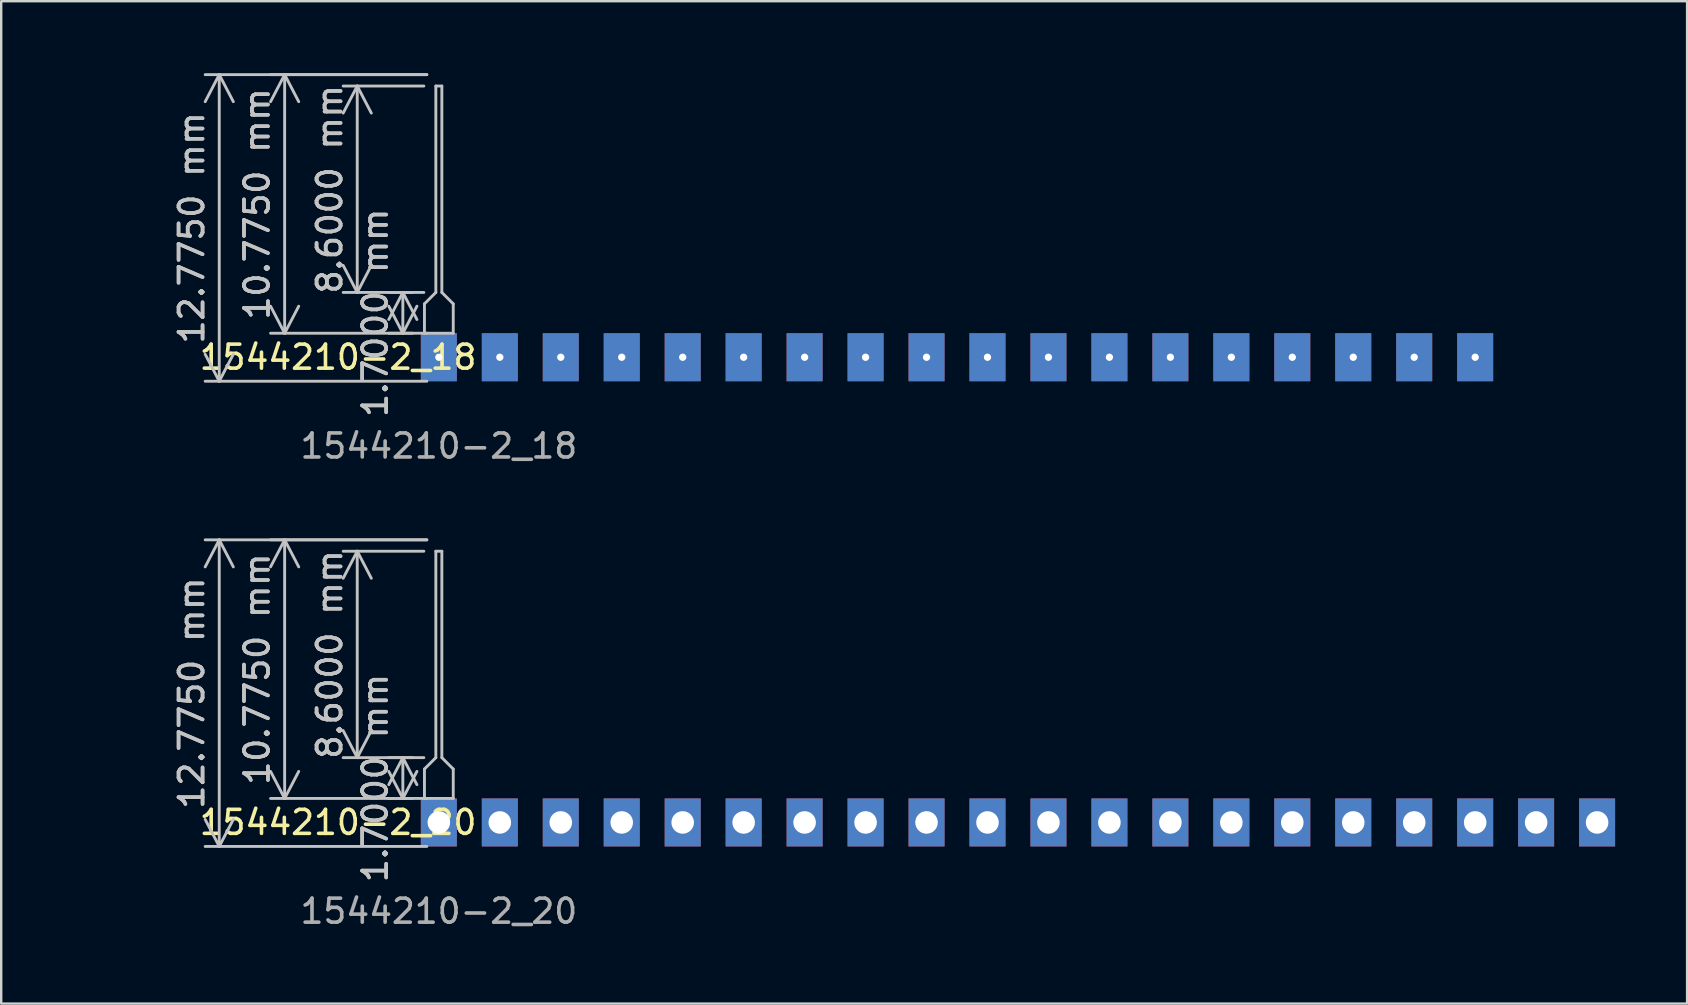
<source format=kicad_pcb>
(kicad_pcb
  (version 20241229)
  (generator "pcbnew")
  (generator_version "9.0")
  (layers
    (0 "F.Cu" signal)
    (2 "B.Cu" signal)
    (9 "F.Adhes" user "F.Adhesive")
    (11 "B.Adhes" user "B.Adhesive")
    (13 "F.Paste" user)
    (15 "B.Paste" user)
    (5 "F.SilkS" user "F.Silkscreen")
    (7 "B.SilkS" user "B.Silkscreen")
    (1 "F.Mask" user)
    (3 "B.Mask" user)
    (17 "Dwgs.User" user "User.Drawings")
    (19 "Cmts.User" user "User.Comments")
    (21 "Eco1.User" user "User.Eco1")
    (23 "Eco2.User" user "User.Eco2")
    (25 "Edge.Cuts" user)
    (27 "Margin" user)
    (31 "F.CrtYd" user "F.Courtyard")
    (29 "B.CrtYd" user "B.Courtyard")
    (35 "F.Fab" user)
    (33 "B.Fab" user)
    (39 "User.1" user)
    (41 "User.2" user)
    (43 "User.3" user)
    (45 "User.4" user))
  (footprint "1544210-2_18"
    (layer "F.Cu")
    (at 15.235 11.835)
    (property "Reference" "1544210-2_18" (at -4.2 0 0) (unlocked yes) (layer "F.SilkS") (effects (font (size 1 1) (thickness 0.15))))
    (attr through_hole)
    (fp_line (start -0.6 -1) (end -0.6 -2.225) (stroke (width 0.12) (type default)) (layer "Dwgs.User"))
    (fp_line (start -0.6 -1) (end 0.6 -1) (stroke (width 0.12) (type default)) (layer "Dwgs.User"))
    (fp_line (start -0.125 -11.3) (end 0.125 -11.3) (stroke (width 0.12) (type default)) (layer "Dwgs.User"))
    (fp_line (start -0.125 -2.7) (end -0.6 -2.225) (stroke (width 0.12) (type default)) (layer "Dwgs.User"))
    (fp_line (start -0.125 -2.7) (end -0.125 -11.3) (stroke (width 0.12) (type default)) (layer "Dwgs.User"))
    (fp_line (start 0.125 -2.7) (end 0.125 -11.3) (stroke (width 0.12) (type default)) (layer "Dwgs.User"))
    (fp_line (start 0.6 -2.225) (end 0.125 -2.7) (stroke (width 0.12) (type default)) (layer "Dwgs.User"))
    (fp_line (start 0.6 -1) (end 0.6 -2.225) (stroke (width 0.12) (type default)) (layer "Dwgs.User"))
    (fp_text user "${REFERENCE}" (at 0 3.7 0) (unlocked yes) (layer "F.Fab") (effects (font (size 1 1) (thickness 0.15))))
    (dimension (type aligned) (layer "Dwgs.User") (pts (xy 15.235 10.835) (xy 15.235 0.06)) (height -6.425) (format (prefix "") (suffix "") (units 3) (units_format 1) (precision 4)) (style (thickness 0.12) (arrow_length 1.27) (text_position_mode 0) (arrow_direction outward) (extension_height 0.586) (extension_offset 0.5) (keep_text_aligned yes)) (gr_text "10.7750 mm" (at 7.66 5.447 90) (layer "Dwgs.User") (effects (font (size 1 1) (thickness 0.15)))))
    (dimension (type aligned) (layer "Dwgs.User") (pts (xy 14.635 10.835) (xy 14.635 9.135)) (height -0.9) (format (prefix "") (suffix "") (units 3) (units_format 1) (precision 4)) (style (thickness 0.12) (arrow_length 1.27) (text_position_mode 0) (arrow_direction outward) (extension_height 0.586) (extension_offset 0.5) (keep_text_aligned yes)) (gr_text "1.7000 mm" (at 12.585 9.985 90) (layer "Dwgs.User") (effects (font (size 1 1) (thickness 0.15)))))
    (dimension (type aligned) (layer "Dwgs.User") (pts (xy 15.235 0.06) (xy 15.235 12.835)) (height 9.15) (format (prefix "") (suffix "") (units 3) (units_format 1) (precision 4)) (style (thickness 0.12) (arrow_length 1.27) (text_position_mode 0) (arrow_direction outward) (extension_height 0.586) (extension_offset 0.5) (keep_text_aligned yes)) (gr_text "12.7750 mm" (at 4.935 6.447 90) (layer "Dwgs.User") (effects (font (size 1 1) (thickness 0.15)))))
    (dimension (type aligned) (layer "Dwgs.User") (pts (xy 15.11 0.535) (xy 15.11 9.135)) (height 3.275) (format (prefix "") (suffix "") (units 3) (units_format 1) (precision 4)) (style (thickness 0.12) (arrow_length 1.27) (text_position_mode 0) (arrow_direction outward) (extension_height 0.586) (extension_offset 0.5) (keep_text_aligned yes)) (gr_text "8.6000 mm" (at 10.685 4.835 90) (layer "Dwgs.User") (effects (font (size 1 1) (thickness 0.15)))))
    (pad "1" thru_hole rect (at 0 0) (size 1.5 2) (drill 0.305) (layers "*.Cu" "*.Mask"))
    (pad "2" thru_hole rect (at 2.54 0) (size 1.5 2) (drill 0.305) (layers "*.Cu" "*.Mask"))
    (pad "3" thru_hole rect (at 5.08 0) (size 1.5 2) (drill 0.305) (layers "*.Cu" "*.Mask"))
    (pad "4" thru_hole rect (at 7.62 0) (size 1.5 2) (drill 0.305) (layers "*.Cu" "*.Mask"))
    (pad "5" thru_hole rect (at 10.16 0) (size 1.5 2) (drill 0.305) (layers "*.Cu" "*.Mask"))
    (pad "6" thru_hole rect (at 12.7 0) (size 1.5 2) (drill 0.305) (layers "*.Cu" "*.Mask"))
    (pad "7" thru_hole rect (at 15.24 0) (size 1.5 2) (drill 0.305) (layers "*.Cu" "*.Mask"))
    (pad "8" thru_hole rect (at 17.78 0) (size 1.5 2) (drill 0.305) (layers "*.Cu" "*.Mask"))
    (pad "9" thru_hole rect (at 20.32 0) (size 1.5 2) (drill 0.305) (layers "*.Cu" "*.Mask"))
    (pad "10" thru_hole rect (at 22.86 0) (size 1.5 2) (drill 0.305) (layers "*.Cu" "*.Mask"))
    (pad "11" thru_hole rect (at 25.4 0) (size 1.5 2) (drill 0.305) (layers "*.Cu" "*.Mask"))
    (pad "12" thru_hole rect (at 27.94 0) (size 1.5 2) (drill 0.305) (layers "*.Cu" "*.Mask"))
    (pad "13" thru_hole rect (at 30.48 0) (size 1.5 2) (drill 0.305) (layers "*.Cu" "*.Mask"))
    (pad "14" thru_hole rect (at 33.02 0) (size 1.5 2) (drill 0.305) (layers "*.Cu" "*.Mask"))
    (pad "15" thru_hole rect (at 35.56 0) (size 1.5 2) (drill 0.305) (layers "*.Cu" "*.Mask"))
    (pad "16" thru_hole rect (at 38.1 0) (size 1.5 2) (drill 0.305) (layers "*.Cu" "*.Mask"))
    (pad "17" thru_hole rect (at 40.64 0) (size 1.5 2) (drill 0.305) (layers "*.Cu" "*.Mask"))
    (pad "18" thru_hole rect (at 43.18 0) (size 1.5 2) (drill 0.305) (layers "*.Cu" "*.Mask")))
  (footprint "1544210-2_20"
    (layer "F.Cu")
    (at 15.235 31.218)
    (property "Reference" "1544210-2_20" (at -4.2 0 0) (unlocked yes) (layer "F.SilkS") (effects (font (size 1 1) (thickness 0.15))))
    (attr through_hole)
    (fp_line (start -0.6 -1) (end -0.6 -2.225) (stroke (width 0.12) (type default)) (layer "Dwgs.User"))
    (fp_line (start -0.6 -1) (end 0.6 -1) (stroke (width 0.12) (type default)) (layer "Dwgs.User"))
    (fp_line (start -0.125 -11.3) (end 0.125 -11.3) (stroke (width 0.12) (type default)) (layer "Dwgs.User"))
    (fp_line (start -0.125 -2.7) (end -0.6 -2.225) (stroke (width 0.12) (type default)) (layer "Dwgs.User"))
    (fp_line (start -0.125 -2.7) (end -0.125 -11.3) (stroke (width 0.12) (type default)) (layer "Dwgs.User"))
    (fp_line (start 0.125 -2.7) (end 0.125 -11.3) (stroke (width 0.12) (type default)) (layer "Dwgs.User"))
    (fp_line (start 0.6 -2.225) (end 0.125 -2.7) (stroke (width 0.12) (type default)) (layer "Dwgs.User"))
    (fp_line (start 0.6 -1) (end 0.6 -2.225) (stroke (width 0.12) (type default)) (layer "Dwgs.User"))
    (fp_text user "${REFERENCE}" (at 0 3.7 0) (unlocked yes) (layer "F.Fab") (effects (font (size 1 1) (thickness 0.15))))
    (dimension (type aligned) (layer "Dwgs.User") (pts (xy 15.11 19.918) (xy 15.11 28.518)) (height 3.275) (format (prefix "") (suffix "") (units 3) (units_format 1) (precision 4)) (style (thickness 0.12) (arrow_length 1.27) (text_position_mode 0) (arrow_direction outward) (extension_height 0.586) (extension_offset 0.5) (keep_text_aligned yes)) (gr_text "8.6000 mm" (at 10.685 24.218 90) (layer "Dwgs.User") (effects (font (size 1 1) (thickness 0.15)))))
    (dimension (type aligned) (layer "Dwgs.User") (pts (xy 15.235 30.218) (xy 15.235 19.443)) (height -6.425) (format (prefix "") (suffix "") (units 3) (units_format 1) (precision 4)) (style (thickness 0.12) (arrow_length 1.27) (text_position_mode 0) (arrow_direction outward) (extension_height 0.586) (extension_offset 0.5) (keep_text_aligned yes)) (gr_text "10.7750 mm" (at 7.66 24.831 90) (layer "Dwgs.User") (effects (font (size 1 1) (thickness 0.15)))))
    (dimension (type aligned) (layer "Dwgs.User") (pts (xy 15.235 19.443) (xy 15.235 32.218)) (height 9.15) (format (prefix "") (suffix "") (units 3) (units_format 1) (precision 4)) (style (thickness 0.12) (arrow_length 1.27) (text_position_mode 0) (arrow_direction outward) (extension_height 0.586) (extension_offset 0.5) (keep_text_aligned yes)) (gr_text "12.7750 mm" (at 4.935 25.831 90) (layer "Dwgs.User") (effects (font (size 1 1) (thickness 0.15)))))
    (dimension (type aligned) (layer "Dwgs.User") (pts (xy 14.635 30.218) (xy 14.635 28.518)) (height -0.9) (format (prefix "") (suffix "") (units 3) (units_format 1) (precision 4)) (style (thickness 0.12) (arrow_length 1.27) (text_position_mode 0) (arrow_direction outward) (extension_height 0.586) (extension_offset 0.5) (keep_text_aligned yes)) (gr_text "1.7000 mm" (at 12.585 29.368 90) (layer "Dwgs.User") (effects (font (size 1 1) (thickness 0.15)))))
    (pad "1" thru_hole rect (at 0 0) (size 1.5 2) (drill 0.94) (layers "*.Cu" "*.Mask"))
    (pad "2" thru_hole rect (at 2.54 0) (size 1.5 2) (drill 0.94) (layers "*.Cu" "*.Mask"))
    (pad "3" thru_hole rect (at 5.08 0) (size 1.5 2) (drill 0.94) (layers "*.Cu" "*.Mask"))
    (pad "4" thru_hole rect (at 7.62 0) (size 1.5 2) (drill 0.94) (layers "*.Cu" "*.Mask"))
    (pad "5" thru_hole rect (at 10.16 0) (size 1.5 2) (drill 0.94) (layers "*.Cu" "*.Mask"))
    (pad "6" thru_hole rect (at 12.7 0) (size 1.5 2) (drill 0.94) (layers "*.Cu" "*.Mask"))
    (pad "7" thru_hole rect (at 15.24 0) (size 1.5 2) (drill 0.94) (layers "*.Cu" "*.Mask"))
    (pad "8" thru_hole rect (at 17.78 0) (size 1.5 2) (drill 0.94) (layers "*.Cu" "*.Mask"))
    (pad "9" thru_hole rect (at 20.32 0) (size 1.5 2) (drill 0.94) (layers "*.Cu" "*.Mask"))
    (pad "10" thru_hole rect (at 22.86 0) (size 1.5 2) (drill 0.94) (layers "*.Cu" "*.Mask"))
    (pad "11" thru_hole rect (at 25.4 0) (size 1.5 2) (drill 0.94) (layers "*.Cu" "*.Mask"))
    (pad "12" thru_hole rect (at 27.94 0) (size 1.5 2) (drill 0.94) (layers "*.Cu" "*.Mask"))
    (pad "13" thru_hole rect (at 30.48 0) (size 1.5 2) (drill 0.94) (layers "*.Cu" "*.Mask"))
    (pad "14" thru_hole rect (at 33.02 0) (size 1.5 2) (drill 0.94) (layers "*.Cu" "*.Mask"))
    (pad "15" thru_hole rect (at 35.56 0) (size 1.5 2) (drill 0.94) (layers "*.Cu" "*.Mask"))
    (pad "16" thru_hole rect (at 38.1 0) (size 1.5 2) (drill 0.94) (layers "*.Cu" "*.Mask"))
    (pad "17" thru_hole rect (at 40.64 0) (size 1.5 2) (drill 0.94) (layers "*.Cu" "*.Mask"))
    (pad "18" thru_hole rect (at 43.18 0) (size 1.5 2) (drill 0.94) (layers "*.Cu" "*.Mask"))
    (pad "19" thru_hole rect (at 45.72 0) (size 1.5 2) (drill 0.94) (layers "*.Cu" "*.Mask"))
    (pad "20" thru_hole rect (at 48.26 0) (size 1.5 2) (drill 0.94) (layers "*.Cu" "*.Mask")))
  (gr_rect
    (start -3 -3)
    (end 67.245 38.767)
    (stroke (width 0.1) (type default))
    (fill no)
    (layer "Edge.Cuts")))
</source>
